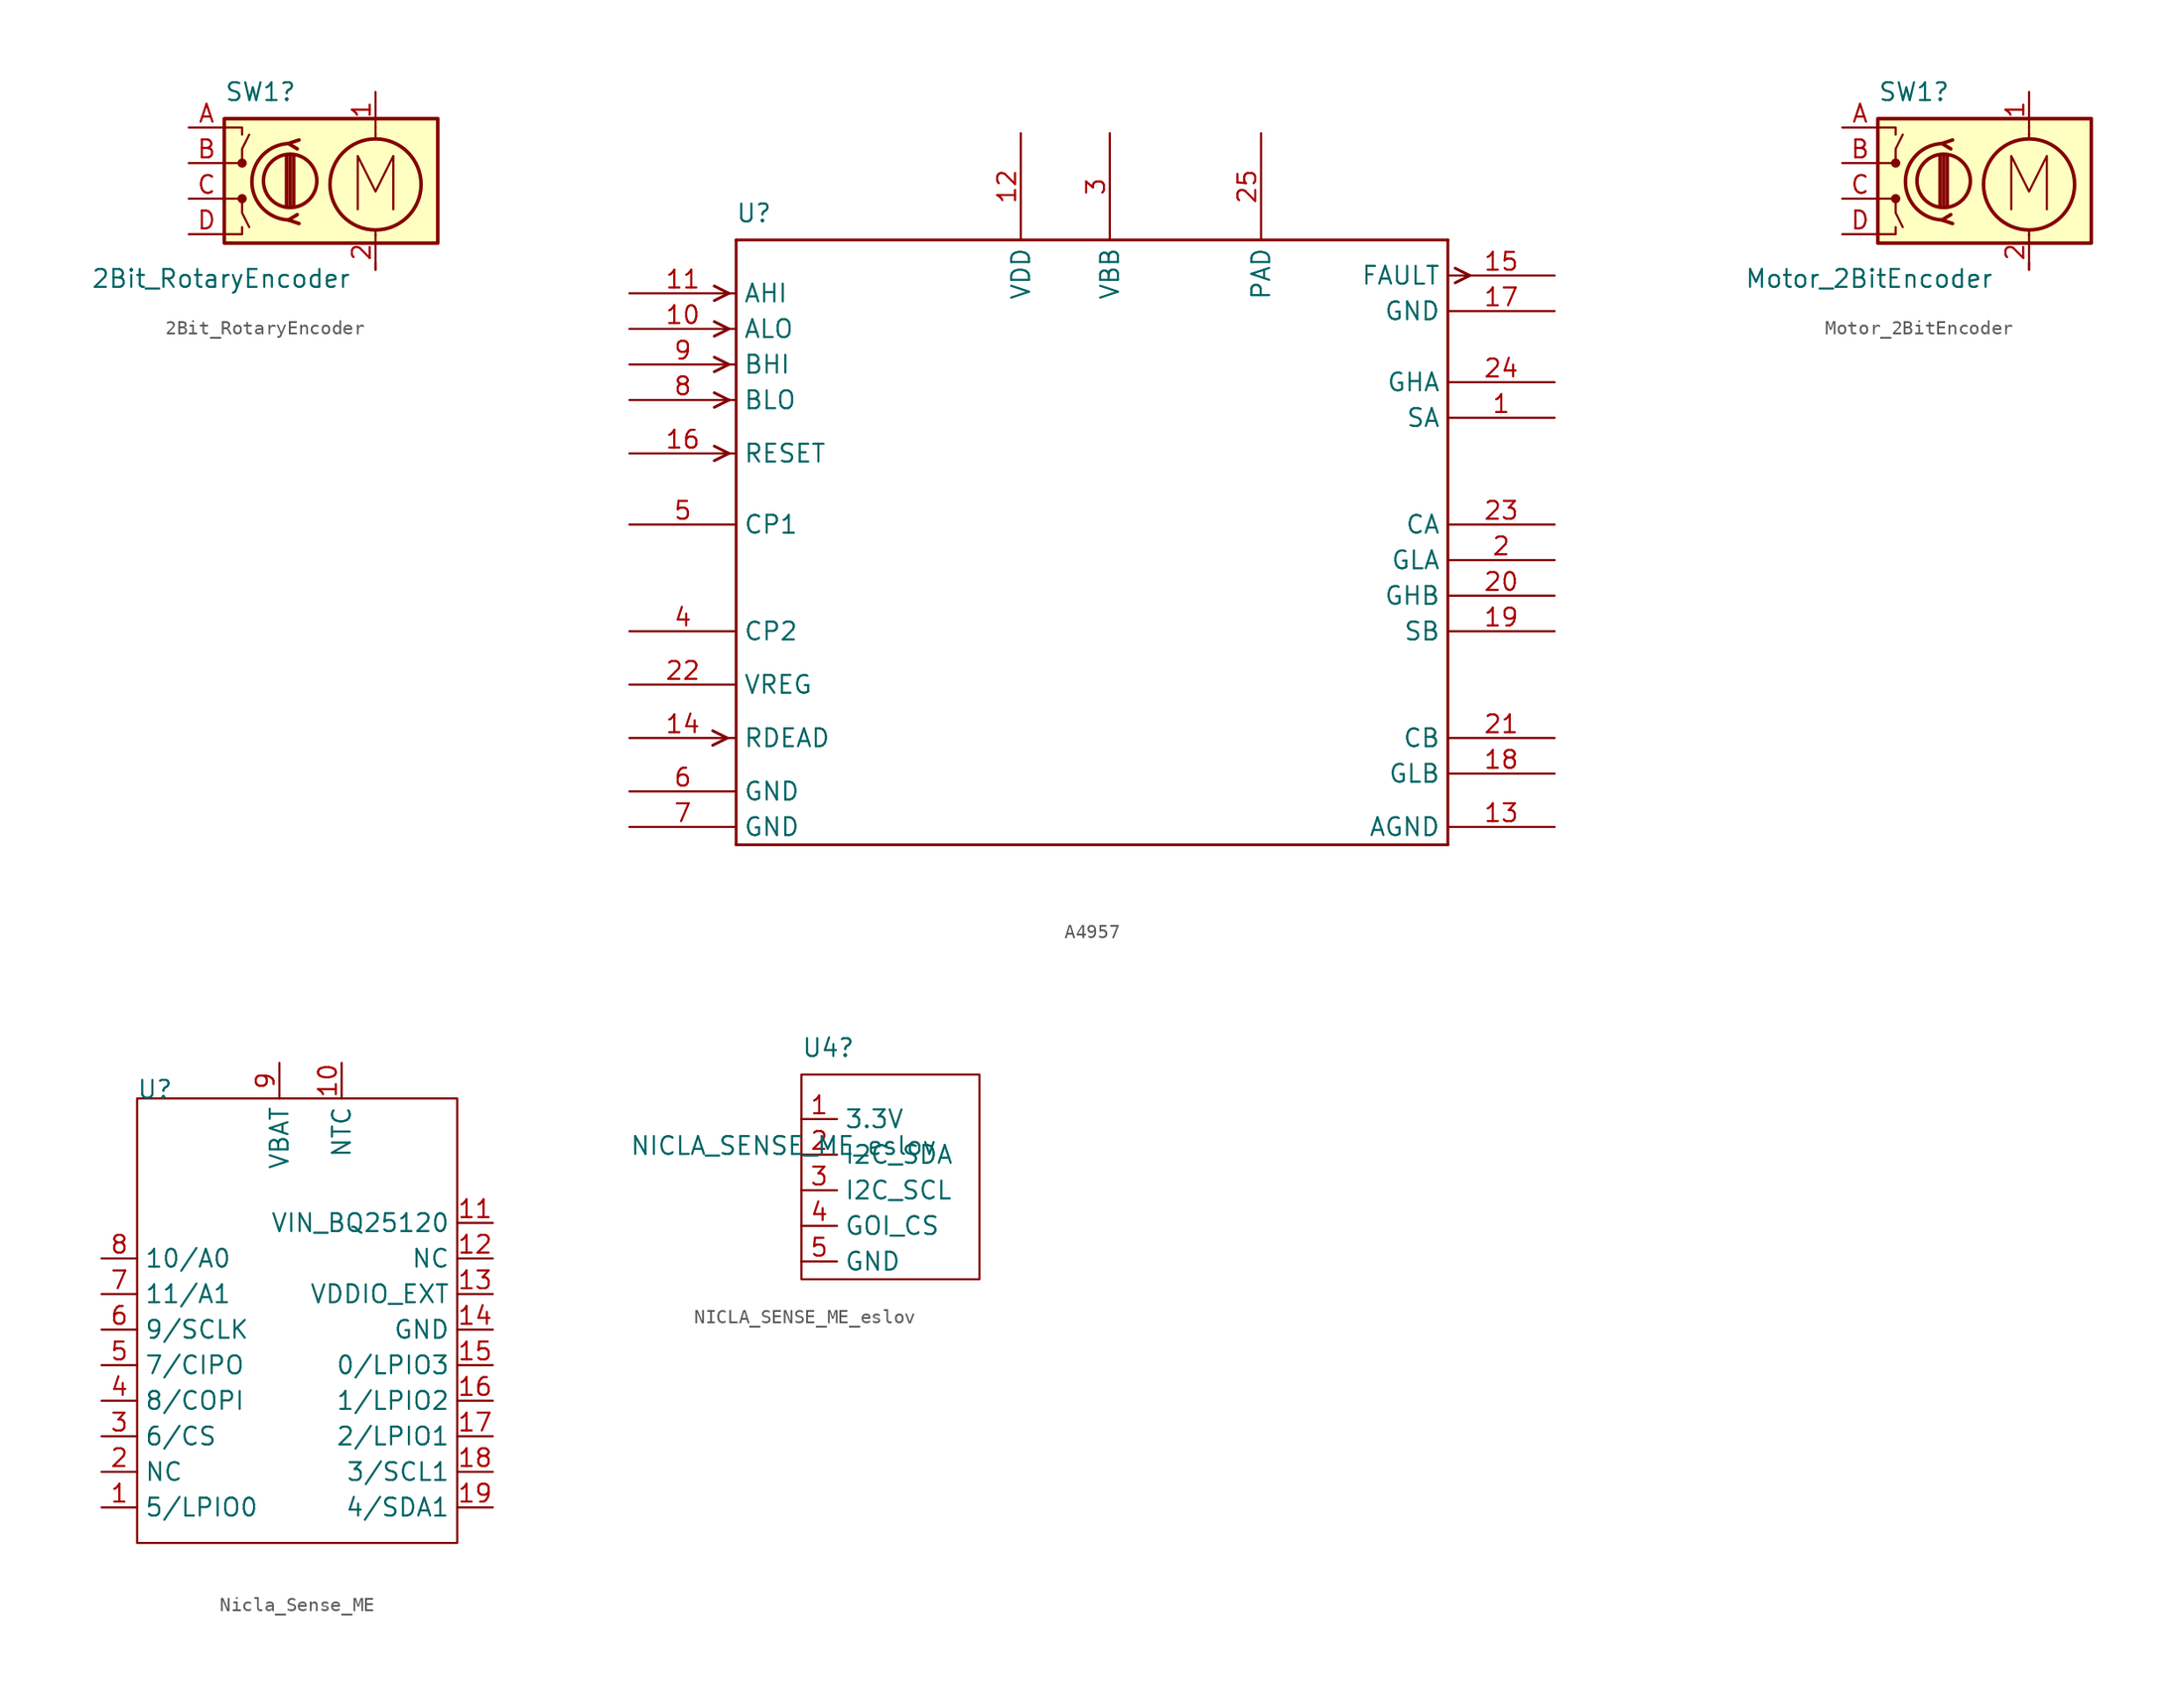
<source format=kicad_sym>
(kicad_symbol_lib
  (version 20220914)
  (generator kicad_symbol_editor)
  (symbol "2Bit_RotaryEncoder"
    (pin_names
      (offset 0.254) hide)
    (property "Reference" "SW1"
      (at -5.08 6.35 0)
      (effects (font (size 1.27 1.27)) (justify left)))
    (property "Value" "2Bit_RotaryEncoder"
      (at -14.605 -6.985 0)
      (effects (font (size 1.27 1.27)) (justify left)))
    (symbol "2Bit_RotaryEncoder_0_0"
      (polyline (pts (xy 4.445 -2.032) (xy 4.445 1.778) (xy 5.715 -0.762) (xy 6.985 1.778) (xy 6.985 -2.032)) (stroke (width 0) (type default)) (fill (type none))))
    (symbol "2Bit_RotaryEncoder_0_1"
      (rectangle (start -5.08 4.445) (end 10.16 -4.445) (stroke (width 0.254) (type default)) (fill (type background)))
      (circle (center -3.81 -1.27) (radius 0.254) (stroke (width 0) (type default)) (fill (type outline)))
      (circle (center -3.81 1.27) (radius 0.254) (stroke (width 0) (type default)) (fill (type outline)))
      (circle (center -0.381 0) (radius 1.905) (stroke (width 0.254) (type default)) (fill (type none)))
      (arc (start -0.381 2.667) (mid -3.0988 -0.0635) (end -0.381 -2.794) (stroke (width 0.254) (type default)) (fill (type none)))
      (polyline (pts (xy -0.635 -1.778) (xy -0.635 1.778)) (stroke (width 0.254) (type default)) (fill (type none)))
      (polyline (pts (xy -0.381 -1.778) (xy -0.381 1.778)) (stroke (width 0.254) (type default)) (fill (type none)))
      (polyline (pts (xy -0.127 1.778) (xy -0.127 -1.778)) (stroke (width 0.254) (type default)) (fill (type none)))
      (polyline (pts (xy 5.715 -6.35) (xy 5.715 -5.842)) (stroke (width 0) (type default)) (fill (type none)))
      (polyline (pts (xy 5.715 -3.505) (xy 5.715 -3.912)) (stroke (width 0) (type default)) (fill (type none)))
      (polyline (pts (xy 5.715 2.997) (xy 5.715 3.353)) (stroke (width 0) (type default)) (fill (type none)))
      (polyline (pts (xy 5.715 3.302) (xy 5.715 3.81)) (stroke (width 0) (type default)) (fill (type none)))
      (polyline (pts (xy -5.08 -3.81) (xy -3.81 -3.81) (xy -3.81 -3.302)) (stroke (width 0) (type default)) (fill (type none)))
      (polyline (pts (xy -5.08 3.81) (xy -3.81 3.81) (xy -3.81 3.302)) (stroke (width 0) (type default)) (fill (type none)))
      (polyline (pts (xy 0.254 -3.048) (xy -0.508 -2.794) (xy 0.127 -2.413)) (stroke (width 0.254) (type default)) (fill (type none)))
      (polyline (pts (xy 0.254 2.921) (xy -0.508 2.667) (xy 0.127 2.286)) (stroke (width 0.254) (type default)) (fill (type none)))
      (polyline (pts (xy -5.08 -1.27) (xy -3.81 -1.27) (xy -3.81 -2.286) (xy -3.302 -3.302)) (stroke (width 0) (type default)) (fill (type none)))
      (polyline (pts (xy -5.08 1.27) (xy -3.81 1.27) (xy -3.81 2.286) (xy -3.302 3.302)) (stroke (width 0) (type default)) (fill (type none)))
      (circle (center 5.715 -0.254) (radius 3.251) (stroke (width 0.254) (type default)) (fill (type none))))
    (symbol "2Bit_RotaryEncoder_1_1"
      (pin passive line (at 5.715 6.35 270) (length 2.54) (name "+" (effects (font (size 1.27 1.27)))) (number "1" (effects (font (size 1.27 1.27)))))
      (pin passive line (at 5.715 -6.35 90) (length 2.54) (name "-" (effects (font (size 1.27 1.27)))) (number "2" (effects (font (size 1.27 1.27)))))
      (pin passive line (at -7.62 3.81 0) (length 2.54) (name "VCC" (effects (font (size 1.27 1.27)))) (number "A" (effects (font (size 1.27 1.27)))))
      (pin passive line (at -7.62 1.27 0) (length 2.54) (name "C2" (effects (font (size 1.27 1.27)))) (number "B" (effects (font (size 1.27 1.27)))))
      (pin passive line (at -7.62 -1.27 0) (length 2.54) (name "C1" (effects (font (size 1.27 1.27)))) (number "C" (effects (font (size 1.27 1.27)))))
      (pin passive line (at -7.62 -3.81 0) (length 2.54) (name "GND" (effects (font (size 1.27 1.27)))) (number "D" (effects (font (size 1.27 1.27)))))))
  (symbol "A4957"
    (property "Reference" "U"
      (at 1.27 45.085 0)
      (effects (font (size 1.27 1.27))))
    (property "Value" ""
      (at 0 3.175 0)
      (effects (font (size 1.27 1.27))))
    (symbol "A4957_0_1"
      (polyline (pts (xy -0.635 7.62) (xy -1.676 7.099)) (stroke (width 0.203) (type default)) (fill (type none)))
      (polyline (pts (xy -0.635 7.62) (xy -1.676 8.141)) (stroke (width 0.203) (type default)) (fill (type none)))
      (polyline (pts (xy -0.521 27.94) (xy -1.562 27.419)) (stroke (width 0.203) (type default)) (fill (type none)))
      (polyline (pts (xy -0.521 27.94) (xy -1.562 28.461)) (stroke (width 0.203) (type default)) (fill (type none)))
      (polyline (pts (xy -0.521 31.75) (xy -1.562 31.229)) (stroke (width 0.203) (type default)) (fill (type none)))
      (polyline (pts (xy -0.521 31.75) (xy -1.562 32.271)) (stroke (width 0.203) (type default)) (fill (type none)))
      (polyline (pts (xy -0.521 34.29) (xy -1.562 33.769)) (stroke (width 0.203) (type default)) (fill (type none)))
      (polyline (pts (xy -0.521 34.29) (xy -1.562 34.811)) (stroke (width 0.203) (type default)) (fill (type none)))
      (polyline (pts (xy -0.521 36.83) (xy -1.562 36.309)) (stroke (width 0.203) (type default)) (fill (type none)))
      (polyline (pts (xy -0.521 36.83) (xy -1.562 37.351)) (stroke (width 0.203) (type default)) (fill (type none)))
      (polyline (pts (xy -0.521 39.37) (xy -1.562 38.849)) (stroke (width 0.203) (type default)) (fill (type none)))
      (polyline (pts (xy -0.521 39.37) (xy -1.562 39.891)) (stroke (width 0.203) (type default)) (fill (type none)))
      (polyline (pts (xy 0 0) (xy 50.8 0)) (stroke (width 0.203) (type default)) (fill (type none)))
      (polyline (pts (xy 0 43.18) (xy 0 0)) (stroke (width 0.203) (type default)) (fill (type none)))
      (polyline (pts (xy 50.8 0) (xy 50.8 43.18)) (stroke (width 0.203) (type default)) (fill (type none)))
      (polyline (pts (xy 50.8 43.18) (xy 0 43.18)) (stroke (width 0.203) (type default)) (fill (type none)))
      (polyline (pts (xy 51.321 40.119) (xy 52.362 40.64)) (stroke (width 0.203) (type default)) (fill (type none)))
      (polyline (pts (xy 51.321 41.161) (xy 52.362 40.64)) (stroke (width 0.203) (type default)) (fill (type none)))
      (pin unspecified line (at 58.42 30.48 180) (length 7.62) (name "SA" (effects (font (size 1.27 1.27)))) (number "1" (effects (font (size 1.27 1.27)))))
      (pin input line (at -7.62 36.83 0) (length 7.62) (name "ALO" (effects (font (size 1.27 1.27)))) (number "10" (effects (font (size 1.27 1.27)))))
      (pin power_in line (at 20.32 50.8 270) (length 7.62) (name "VDD" (effects (font (size 1.27 1.27)))) (number "12" (effects (font (size 1.27 1.27)))))
      (pin power_in line (at 58.42 1.27 180) (length 7.62) (name "AGND" (effects (font (size 1.27 1.27)))) (number "13" (effects (font (size 1.27 1.27)))))
      (pin input line (at -7.62 7.62 0) (length 7.62) (name "RDEAD" (effects (font (size 1.27 1.27)))) (number "14" (effects (font (size 1.27 1.27)))))
      (pin output line (at 58.42 40.64 180) (length 7.62) (name "FAULT" (effects (font (size 1.27 1.27)))) (number "15" (effects (font (size 1.27 1.27)))))
      (pin input line (at -7.62 27.94 0) (length 7.62) (name "RESET" (effects (font (size 1.27 1.27)))) (number "16" (effects (font (size 1.27 1.27)))))
      (pin power_in line (at 58.42 38.1 180) (length 7.62) (name "GND" (effects (font (size 1.27 1.27)))) (number "17" (effects (font (size 1.27 1.27)))))
      (pin unspecified line (at 58.42 5.08 180) (length 7.62) (name "GLB" (effects (font (size 1.27 1.27)))) (number "18" (effects (font (size 1.27 1.27)))))
      (pin unspecified line (at 58.42 15.24 180) (length 7.62) (name "SB" (effects (font (size 1.27 1.27)))) (number "19" (effects (font (size 1.27 1.27)))))
      (pin unspecified line (at 58.42 20.32 180) (length 7.62) (name "GLA" (effects (font (size 1.27 1.27)))) (number "2" (effects (font (size 1.27 1.27)))))
      (pin unspecified line (at 58.42 17.78 180) (length 7.62) (name "GHB" (effects (font (size 1.27 1.27)))) (number "20" (effects (font (size 1.27 1.27)))))
      (pin unspecified line (at 58.42 7.62 180) (length 7.62) (name "CB" (effects (font (size 1.27 1.27)))) (number "21" (effects (font (size 1.27 1.27)))))
      (pin unspecified line (at -7.62 11.43 0) (length 7.62) (name "VREG" (effects (font (size 1.27 1.27)))) (number "22" (effects (font (size 1.27 1.27)))))
      (pin unspecified line (at 58.42 22.86 180) (length 7.62) (name "CA" (effects (font (size 1.27 1.27)))) (number "23" (effects (font (size 1.27 1.27)))))
      (pin unspecified line (at 58.42 33.02 180) (length 7.62) (name "GHA" (effects (font (size 1.27 1.27)))) (number "24" (effects (font (size 1.27 1.27)))))
      (pin power_in line (at 26.67 50.8 270) (length 7.62) (name "VBB" (effects (font (size 1.27 1.27)))) (number "3" (effects (font (size 1.27 1.27)))))
      (pin unspecified line (at -7.62 15.24 0) (length 7.62) (name "CP2" (effects (font (size 1.27 1.27)))) (number "4" (effects (font (size 1.27 1.27)))))
      (pin unspecified line (at -7.62 22.86 0) (length 7.62) (name "CP1" (effects (font (size 1.27 1.27)))) (number "5" (effects (font (size 1.27 1.27)))))
      (pin power_in line (at -7.62 3.81 0) (length 7.62) (name "GND" (effects (font (size 1.27 1.27)))) (number "6" (effects (font (size 1.27 1.27)))))
      (pin power_in line (at -7.62 1.27 0) (length 7.62) (name "GND" (effects (font (size 1.27 1.27)))) (number "7" (effects (font (size 1.27 1.27)))))
      (pin input line (at -7.62 31.75 0) (length 7.62) (name "BLO" (effects (font (size 1.27 1.27)))) (number "8" (effects (font (size 1.27 1.27)))))
      (pin input line (at -7.62 34.29 0) (length 7.62) (name "BHI" (effects (font (size 1.27 1.27)))) (number "9" (effects (font (size 1.27 1.27))))))
    (symbol "A4957_1_1"
      (pin input line (at -7.62 39.37 0) (length 7.62) (name "AHI" (effects (font (size 1.27 1.27)))) (number "11" (effects (font (size 1.27 1.27)))))
      (pin unspecified line (at 37.465 50.8 270) (length 7.62) (name "PAD" (effects (font (size 1.27 1.27)))) (number "25" (effects (font (size 1.27 1.27)))))))
  (symbol "Motor_2BitEncoder"
    (pin_names
      (offset 0.254) hide)
    (property "Reference" "SW1"
      (at -5.08 6.35 0)
      (effects (font (size 1.27 1.27)) (justify left)))
    (property "Value" "Motor_2BitEncoder"
      (at -14.605 -6.985 0)
      (effects (font (size 1.27 1.27)) (justify left)))
    (symbol "Motor_2BitEncoder_0_0"
      (polyline (pts (xy 4.445 -2.032) (xy 4.445 1.778) (xy 5.715 -0.762) (xy 6.985 1.778) (xy 6.985 -2.032)) (stroke (width 0) (type default)) (fill (type none))))
    (symbol "Motor_2BitEncoder_0_1"
      (rectangle (start -5.08 4.445) (end 10.16 -4.445) (stroke (width 0.254) (type default)) (fill (type background)))
      (circle (center -3.81 -1.27) (radius 0.254) (stroke (width 0) (type default)) (fill (type outline)))
      (circle (center -3.81 1.27) (radius 0.254) (stroke (width 0) (type default)) (fill (type outline)))
      (circle (center -0.381 0) (radius 1.905) (stroke (width 0.254) (type default)) (fill (type none)))
      (arc (start -0.381 2.667) (mid -3.0988 -0.0635) (end -0.381 -2.794) (stroke (width 0.254) (type default)) (fill (type none)))
      (polyline (pts (xy -0.635 -1.778) (xy -0.635 1.778)) (stroke (width 0.254) (type default)) (fill (type none)))
      (polyline (pts (xy -0.381 -1.778) (xy -0.381 1.778)) (stroke (width 0.254) (type default)) (fill (type none)))
      (polyline (pts (xy -0.127 1.778) (xy -0.127 -1.778)) (stroke (width 0.254) (type default)) (fill (type none)))
      (polyline (pts (xy 5.715 -6.35) (xy 5.715 -5.842)) (stroke (width 0) (type default)) (fill (type none)))
      (polyline (pts (xy 5.715 -3.505) (xy 5.715 -3.912)) (stroke (width 0) (type default)) (fill (type none)))
      (polyline (pts (xy 5.715 2.997) (xy 5.715 3.353)) (stroke (width 0) (type default)) (fill (type none)))
      (polyline (pts (xy 5.715 3.302) (xy 5.715 3.81)) (stroke (width 0) (type default)) (fill (type none)))
      (polyline (pts (xy -5.08 -3.81) (xy -3.81 -3.81) (xy -3.81 -3.302)) (stroke (width 0) (type default)) (fill (type none)))
      (polyline (pts (xy -5.08 3.81) (xy -3.81 3.81) (xy -3.81 3.302)) (stroke (width 0) (type default)) (fill (type none)))
      (polyline (pts (xy 0.254 -3.048) (xy -0.508 -2.794) (xy 0.127 -2.413)) (stroke (width 0.254) (type default)) (fill (type none)))
      (polyline (pts (xy 0.254 2.921) (xy -0.508 2.667) (xy 0.127 2.286)) (stroke (width 0.254) (type default)) (fill (type none)))
      (polyline (pts (xy -5.08 -1.27) (xy -3.81 -1.27) (xy -3.81 -2.286) (xy -3.302 -3.302)) (stroke (width 0) (type default)) (fill (type none)))
      (polyline (pts (xy -5.08 1.27) (xy -3.81 1.27) (xy -3.81 2.286) (xy -3.302 3.302)) (stroke (width 0) (type default)) (fill (type none)))
      (circle (center 5.715 -0.254) (radius 3.251) (stroke (width 0.254) (type default)) (fill (type none))))
    (symbol "Motor_2BitEncoder_1_1"
      (pin passive line (at 5.715 6.35 270) (length 2.54) (name "+" (effects (font (size 1.27 1.27)))) (number "1" (effects (font (size 1.27 1.27)))))
      (pin passive line (at 5.715 -6.35 90) (length 2.54) (name "-" (effects (font (size 1.27 1.27)))) (number "2" (effects (font (size 1.27 1.27)))))
      (pin passive line (at -7.62 3.81 0) (length 2.54) (name "VCC" (effects (font (size 1.27 1.27)))) (number "A" (effects (font (size 1.27 1.27)))))
      (pin passive line (at -7.62 1.27 0) (length 2.54) (name "C2" (effects (font (size 1.27 1.27)))) (number "B" (effects (font (size 1.27 1.27)))))
      (pin passive line (at -7.62 -1.27 0) (length 2.54) (name "C1" (effects (font (size 1.27 1.27)))) (number "C" (effects (font (size 1.27 1.27)))))
      (pin passive line (at -7.62 -3.81 0) (length 2.54) (name "GND" (effects (font (size 1.27 1.27)))) (number "D" (effects (font (size 1.27 1.27)))))))
  (symbol "Nicla_Sense_ME"
    (property "Reference" "U"
      (at 1.27 32.385 0)
      (effects (font (size 1.27 1.27))))
    (property "Value" ""
      (at 0 10.16 0)
      (effects (font (size 1.27 1.27))))
    (symbol "Nicla_Sense_ME_0_1"
      (rectangle (start 0 31.75) (end 22.86 0) (stroke (width 0) (type default)) (fill (type none))))
    (symbol "Nicla_Sense_ME_1_1"
      (pin bidirectional line (at -2.54 2.54 0) (length 2.54) (name "5/LPIO0" (effects (font (size 1.27 1.27)))) (number "1" (effects (font (size 1.27 1.27)))))
      (pin input line (at 14.605 34.29 270) (length 2.54) (name "NTC" (effects (font (size 1.27 1.27)))) (number "10" (effects (font (size 1.27 1.27)))))
      (pin power_in line (at 25.4 22.86 180) (length 2.54) (name "VIN_BQ25120" (effects (font (size 1.27 1.27)))) (number "11" (effects (font (size 1.27 1.27)))))
      (pin bidirectional line (at 25.4 20.32 180) (length 2.54) (name "NC" (effects (font (size 1.27 1.27)))) (number "12" (effects (font (size 1.27 1.27)))))
      (pin power_out line (at 25.4 17.78 180) (length 2.54) (name "VDDIO_EXT" (effects (font (size 1.27 1.27)))) (number "13" (effects (font (size 1.27 1.27)))))
      (pin passive line (at 25.4 15.24 180) (length 2.54) (name "GND" (effects (font (size 1.27 1.27)))) (number "14" (effects (font (size 1.27 1.27)))))
      (pin bidirectional line (at 25.4 12.7 180) (length 2.54) (name "0/LPIO3" (effects (font (size 1.27 1.27)))) (number "15" (effects (font (size 1.27 1.27)))))
      (pin bidirectional line (at 25.4 10.16 180) (length 2.54) (name "1/LPIO2" (effects (font (size 1.27 1.27)))) (number "16" (effects (font (size 1.27 1.27)))))
      (pin bidirectional line (at 25.4 7.62 180) (length 2.54) (name "2/LPIO1" (effects (font (size 1.27 1.27)))) (number "17" (effects (font (size 1.27 1.27)))))
      (pin bidirectional line (at 25.4 5.08 180) (length 2.54) (name "3/SCL1" (effects (font (size 1.27 1.27)))) (number "18" (effects (font (size 1.27 1.27)))))
      (pin bidirectional line (at 25.4 2.54 180) (length 2.54) (name "4/SDA1" (effects (font (size 1.27 1.27)))) (number "19" (effects (font (size 1.27 1.27)))))
      (pin bidirectional line (at -2.54 5.08 0) (length 2.54) (name "NC" (effects (font (size 1.27 1.27)))) (number "2" (effects (font (size 1.27 1.27)))))
      (pin bidirectional line (at -2.54 7.62 0) (length 2.54) (name "6/CS" (effects (font (size 1.27 1.27)))) (number "3" (effects (font (size 1.27 1.27)))))
      (pin bidirectional line (at -2.54 10.16 0) (length 2.54) (name "8/COPI" (effects (font (size 1.27 1.27)))) (number "4" (effects (font (size 1.27 1.27)))))
      (pin bidirectional line (at -2.54 12.7 0) (length 2.54) (name "7/CIPO" (effects (font (size 1.27 1.27)))) (number "5" (effects (font (size 1.27 1.27)))))
      (pin bidirectional line (at -2.54 15.24 0) (length 2.54) (name "9/SCLK" (effects (font (size 1.27 1.27)))) (number "6" (effects (font (size 1.27 1.27)))))
      (pin bidirectional line (at -2.54 17.78 0) (length 2.54) (name "11/A1" (effects (font (size 1.27 1.27)))) (number "7" (effects (font (size 1.27 1.27)))))
      (pin bidirectional line (at -2.54 20.32 0) (length 2.54) (name "10/A0" (effects (font (size 1.27 1.27)))) (number "8" (effects (font (size 1.27 1.27)))))
      (pin power_in line (at 10.16 34.29 270) (length 2.54) (name "VBAT" (effects (font (size 1.27 1.27)))) (number "9" (effects (font (size 1.27 1.27)))))))
  (symbol "NICLA_SENSE_ME_eslov"
    (property "Reference" "U4"
      (at 1.27 6.985 0)
      (effects (font (size 1.27 1.27)) (justify left)))
    (property "Value" "NICLA_SENSE_ME_eslov"
      (at 0 0 0)
      (effects (font (size 1.27 1.27))))
    (symbol "NICLA_SENSE_ME_eslov_0_1"
      (rectangle (start 1.27 5.08) (end 13.97 -9.525) (stroke (width 0) (type default)) (fill (type none))))
    (symbol "NICLA_SENSE_ME_eslov_1_1"
      (pin power_in line (at 1.27 1.905 0) (length 2.54) (name "3.3V" (effects (font (size 1.27 1.27)))) (number "1" (effects (font (size 1.27 1.27)))))
      (pin bidirectional line (at 1.27 -0.635 0) (length 2.54) (name "I2C_SDA" (effects (font (size 1.27 1.27)))) (number "2" (effects (font (size 1.27 1.27)))))
      (pin bidirectional line (at 1.27 -3.175 0) (length 2.54) (name "I2C_SCL" (effects (font (size 1.27 1.27)))) (number "3" (effects (font (size 1.27 1.27)))))
      (pin input line (at 1.27 -5.715 0) (length 2.54) (name "GOI_CS" (effects (font (size 1.27 1.27)))) (number "4" (effects (font (size 1.27 1.27)))))
      (pin passive line (at 1.27 -8.255 0) (length 2.54) (name "GND" (effects (font (size 1.27 1.27)))) (number "5" (effects (font (size 1.27 1.27))))))))
</source>
